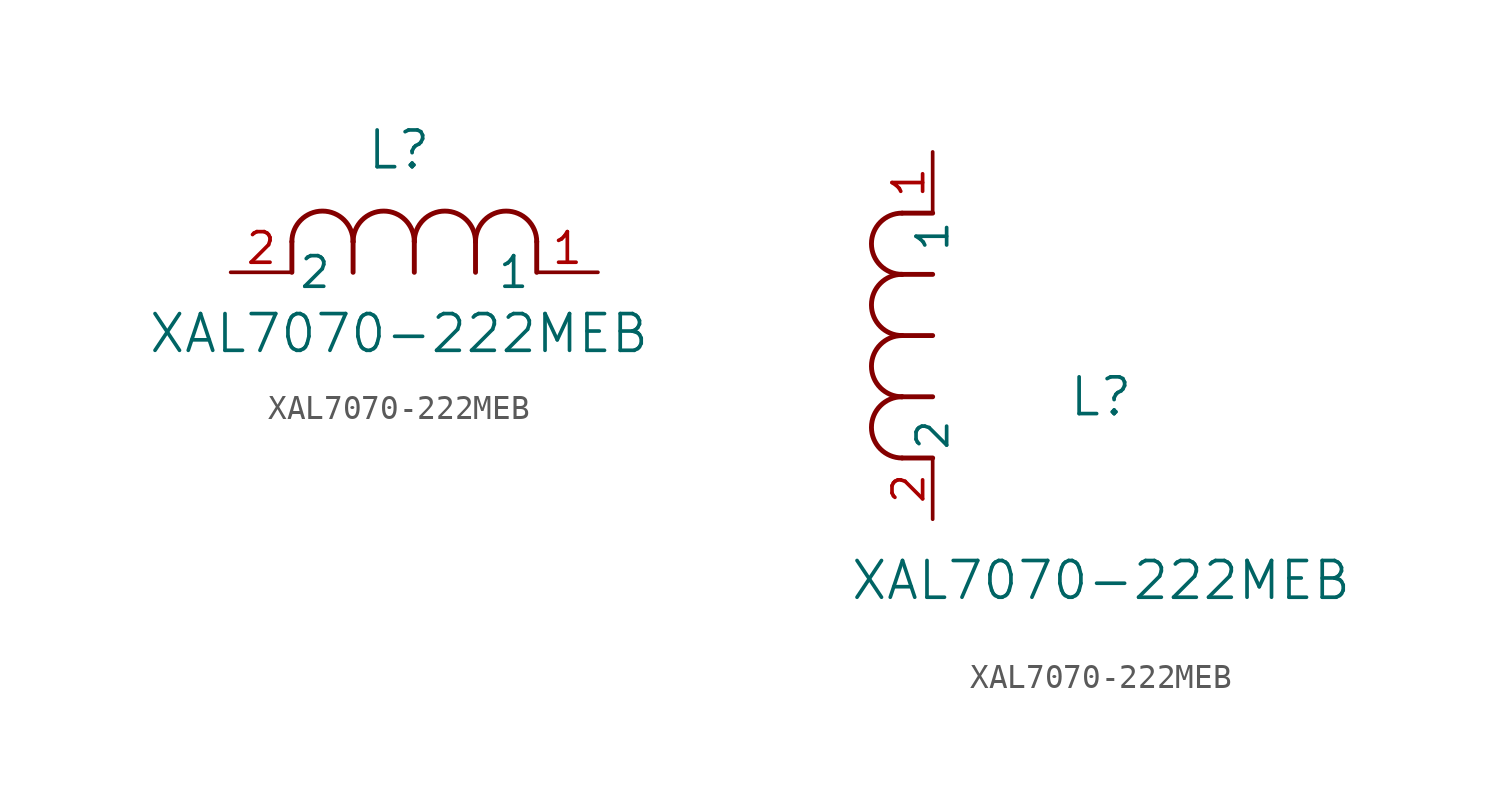
<source format=kicad_sym>
(kicad_symbol_lib
  (version 20211014)
  (generator kicad_symbol_editor)
  (symbol "XAL7070-222MEB"
    (pin_names
      (offset 0.254))
    (property "Reference" "L"
      (at 6.985 5.08 0)
      (effects (font (size 1.524 1.524))))
    (property "Value" "XAL7070-222MEB"
      (at 6.985 -2.54 0)
      (effects (font (size 1.524 1.524))))
    (symbol "XAL7070-222MEB_1_1"
      (arc (start 7.62 1.27) (mid 6.35 2.54) (end 5.08 1.27) (stroke (width 0.2032) (type default) (color 0 0 0 0)) (fill (type none)))
      (polyline (pts (xy 5.08 0) (xy 5.08 1.27)) (stroke (width 0.203) (type default) (color 0 0 0 0)) (fill (type none)))
      (polyline (pts (xy 7.62 0) (xy 7.62 1.27)) (stroke (width 0.203) (type default) (color 0 0 0 0)) (fill (type none)))
      (polyline (pts (xy 12.7 0) (xy 12.7 1.27)) (stroke (width 0.203) (type default) (color 0 0 0 0)) (fill (type none)))
      (arc (start 5.08 1.27) (mid 3.81 2.54) (end 2.54 1.27) (stroke (width 0.2032) (type default) (color 0 0 0 0)) (fill (type none)))
      (arc (start 10.16 1.27) (mid 8.89 2.54) (end 7.62 1.27) (stroke (width 0.2032) (type default) (color 0 0 0 0)) (fill (type none)))
      (arc (start 12.7 1.27) (mid 11.43 2.54) (end 10.16 1.27) (stroke (width 0.2032) (type default) (color 0 0 0 0)) (fill (type none)))
      (polyline (pts (xy 2.54 0) (xy 2.54 1.27)) (stroke (width 0.203) (type default) (color 0 0 0 0)) (fill (type none)))
      (polyline (pts (xy 10.16 0) (xy 10.16 1.27)) (stroke (width 0.203) (type default) (color 0 0 0 0)) (fill (type none)))
      (pin unspecified line (at 0 0 0) (length 2.54) (name "2" (effects (font (size 1.27 1.27)))) (number "2" (effects (font (size 1.27 1.27)))))
      (pin unspecified line (at 15.24 0 180) (length 2.54) (name "1" (effects (font (size 1.27 1.27)))) (number "1" (effects (font (size 1.27 1.27))))))
    (symbol "XAL7070-222MEB_1_2"
      (arc (start -1.27 7.62) (mid -2.54 6.35) (end -1.27 5.08) (stroke (width 0.2032) (type default) (color 0 0 0 0)) (fill (type none)))
      (arc (start -1.27 5.08) (mid -2.54 3.81) (end -1.27 2.54) (stroke (width 0.2032) (type default) (color 0 0 0 0)) (fill (type none)))
      (arc (start -1.27 12.7) (mid -2.54 11.43) (end -1.27 10.16) (stroke (width 0.2032) (type default) (color 0 0 0 0)) (fill (type none)))
      (arc (start -1.27 10.16) (mid -2.54 8.89) (end -1.27 7.62) (stroke (width 0.2032) (type default) (color 0 0 0 0)) (fill (type none)))
      (polyline (pts (xy 0 7.62) (xy -1.27 7.62)) (stroke (width 0.203) (type default) (color 0 0 0 0)) (fill (type none)))
      (polyline (pts (xy 0 5.08) (xy -1.27 5.08)) (stroke (width 0.203) (type default) (color 0 0 0 0)) (fill (type none)))
      (polyline (pts (xy 0 12.7) (xy -1.27 12.7)) (stroke (width 0.203) (type default) (color 0 0 0 0)) (fill (type none)))
      (polyline (pts (xy 0 2.54) (xy -1.27 2.54)) (stroke (width 0.203) (type default) (color 0 0 0 0)) (fill (type none)))
      (polyline (pts (xy 0 10.16) (xy -1.27 10.16)) (stroke (width 0.203) (type default) (color 0 0 0 0)) (fill (type none)))
      (pin unspecified line (at 0 0 90) (length 2.54) (name "2" (effects (font (size 1.27 1.27)))) (number "2" (effects (font (size 1.27 1.27)))))
      (pin unspecified line (at 0 15.24 270) (length 2.54) (name "1" (effects (font (size 1.27 1.27)))) (number "1" (effects (font (size 1.27 1.27))))))))
</source>
